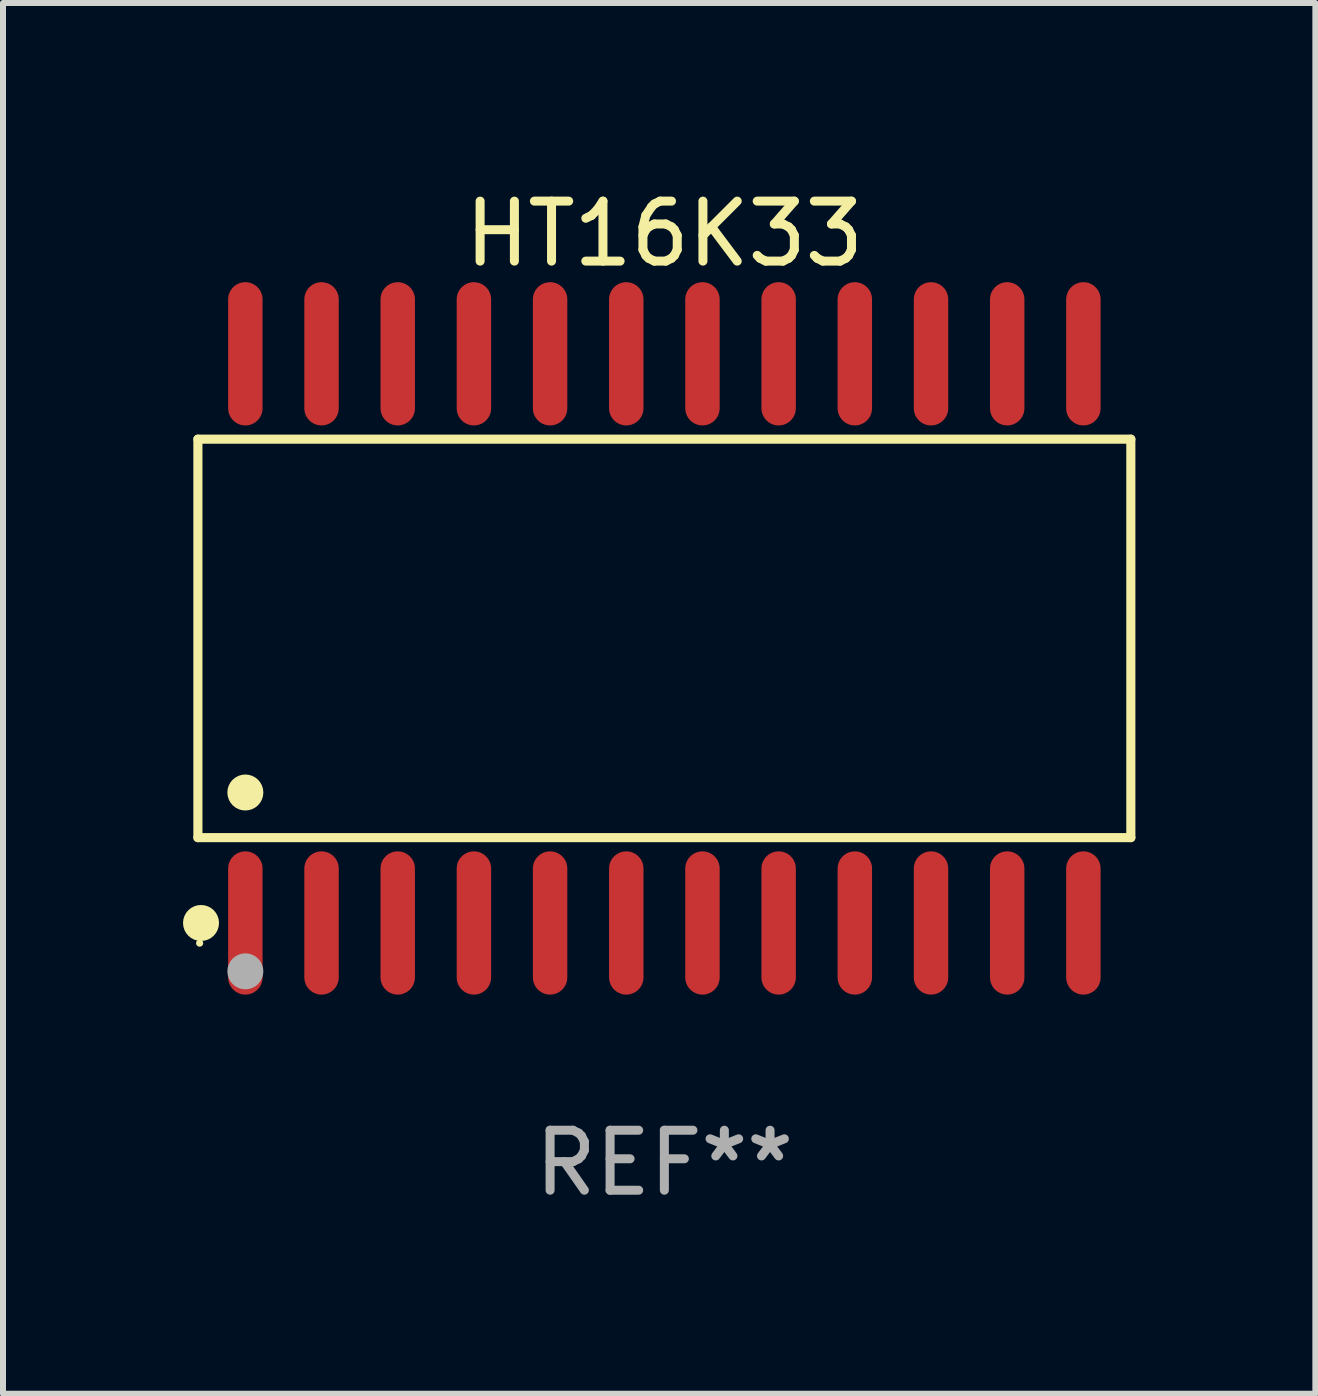
<source format=kicad_pcb>
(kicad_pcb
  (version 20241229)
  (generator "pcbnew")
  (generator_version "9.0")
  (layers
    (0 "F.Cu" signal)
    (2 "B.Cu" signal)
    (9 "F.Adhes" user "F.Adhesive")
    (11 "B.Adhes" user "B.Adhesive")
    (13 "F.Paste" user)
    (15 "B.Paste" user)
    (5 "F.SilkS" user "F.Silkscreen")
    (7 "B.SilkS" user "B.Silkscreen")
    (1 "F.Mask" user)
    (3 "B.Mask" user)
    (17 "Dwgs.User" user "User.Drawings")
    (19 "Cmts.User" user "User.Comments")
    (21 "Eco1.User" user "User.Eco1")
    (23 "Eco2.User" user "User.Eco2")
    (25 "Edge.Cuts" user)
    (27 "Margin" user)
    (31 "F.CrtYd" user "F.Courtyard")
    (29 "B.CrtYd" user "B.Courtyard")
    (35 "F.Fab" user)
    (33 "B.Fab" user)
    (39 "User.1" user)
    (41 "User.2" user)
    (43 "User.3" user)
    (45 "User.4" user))
  (footprint "HT16K33"
    (layer "F.Cu")
    (at 8.025 7.592)
    (property "Reference" "HT16K33" (at 0 -6.744 0) (layer "F.SilkS") (effects (font (size 1 1) (thickness 0.15))))
    (attr through_hole)
    (fp_line (start -7.776 -3.321) (end 7.776 -3.321) (stroke (width 0.152) (type solid)) (layer "F.SilkS"))
    (fp_line (start -7.776 3.321) (end -7.776 -3.321) (stroke (width 0.152) (type solid)) (layer "F.SilkS"))
    (fp_line (start 7.776 -3.321) (end 7.776 3.321) (stroke (width 0.152) (type solid)) (layer "F.SilkS"))
    (fp_line (start 7.776 3.321) (end -7.776 3.321) (stroke (width 0.152) (type solid)) (layer "F.SilkS"))
    (fp_circle (center -7.747 5.08) (end -7.717 5.08) (stroke (width 0.06) (type solid)) (fill no) (layer "F.SilkS"))
    (fp_circle (center -7.724 4.744) (end -7.574 4.744) (stroke (width 0.3) (type solid)) (fill no) (layer "F.SilkS"))
    (fp_circle (center -6.985 2.569) (end -6.835 2.569) (stroke (width 0.3) (type solid)) (fill no) (layer "F.SilkS"))
    (fp_circle (center -6.985 5.55) (end -6.835 5.55) (stroke (width 0.3) (type solid)) (fill no) (layer "F.Fab"))
    (fp_text user "REF**" (at 0 8.744 0) (layer "F.Fab") (effects (font (size 1 1) (thickness 0.15))))
    (pad "1" smd oval (at -6.985 4.744) (size 0.574 2.388) (layers "F.Cu" "F.Mask" "F.Paste"))
    (pad "2" smd oval (at -5.715 4.744) (size 0.574 2.388) (layers "F.Cu" "F.Mask" "F.Paste"))
    (pad "3" smd oval (at -4.445 4.744) (size 0.574 2.388) (layers "F.Cu" "F.Mask" "F.Paste"))
    (pad "4" smd oval (at -3.175 4.744) (size 0.574 2.388) (layers "F.Cu" "F.Mask" "F.Paste"))
    (pad "5" smd oval (at -1.905 4.744) (size 0.574 2.388) (layers "F.Cu" "F.Mask" "F.Paste"))
    (pad "6" smd oval (at -0.635 4.744) (size 0.574 2.388) (layers "F.Cu" "F.Mask" "F.Paste"))
    (pad "7" smd oval (at 0.635 4.744) (size 0.574 2.388) (layers "F.Cu" "F.Mask" "F.Paste"))
    (pad "8" smd oval (at 1.905 4.744) (size 0.574 2.388) (layers "F.Cu" "F.Mask" "F.Paste"))
    (pad "9" smd oval (at 3.175 4.744) (size 0.574 2.388) (layers "F.Cu" "F.Mask" "F.Paste"))
    (pad "10" smd oval (at 4.445 4.744) (size 0.574 2.388) (layers "F.Cu" "F.Mask" "F.Paste"))
    (pad "11" smd oval (at 5.715 4.744) (size 0.574 2.388) (layers "F.Cu" "F.Mask" "F.Paste"))
    (pad "12" smd oval (at 6.985 4.744) (size 0.574 2.388) (layers "F.Cu" "F.Mask" "F.Paste"))
    (pad "13" smd oval (at 6.985 -4.744) (size 0.574 2.388) (layers "F.Cu" "F.Mask" "F.Paste"))
    (pad "14" smd oval (at 5.715 -4.744) (size 0.574 2.388) (layers "F.Cu" "F.Mask" "F.Paste"))
    (pad "15" smd oval (at 4.445 -4.744) (size 0.574 2.388) (layers "F.Cu" "F.Mask" "F.Paste"))
    (pad "16" smd oval (at 3.175 -4.744) (size 0.574 2.388) (layers "F.Cu" "F.Mask" "F.Paste"))
    (pad "17" smd oval (at 1.905 -4.744) (size 0.574 2.388) (layers "F.Cu" "F.Mask" "F.Paste"))
    (pad "18" smd oval (at 0.635 -4.744) (size 0.574 2.388) (layers "F.Cu" "F.Mask" "F.Paste"))
    (pad "19" smd oval (at -0.635 -4.744) (size 0.574 2.388) (layers "F.Cu" "F.Mask" "F.Paste"))
    (pad "20" smd oval (at -1.905 -4.744) (size 0.574 2.388) (layers "F.Cu" "F.Mask" "F.Paste"))
    (pad "21" smd oval (at -3.175 -4.744) (size 0.574 2.388) (layers "F.Cu" "F.Mask" "F.Paste"))
    (pad "22" smd oval (at -4.445 -4.744) (size 0.574 2.388) (layers "F.Cu" "F.Mask" "F.Paste"))
    (pad "23" smd oval (at -5.715 -4.744) (size 0.574 2.388) (layers "F.Cu" "F.Mask" "F.Paste"))
    (pad "24" smd oval (at -6.985 -4.744) (size 0.574 2.388) (layers "F.Cu" "F.Mask" "F.Paste")))
  (gr_rect
    (start -3 -3)
    (end 18.877 20.184)
    (stroke (width 0.1) (type default))
    (fill no)
    (layer "Edge.Cuts")))
</source>
